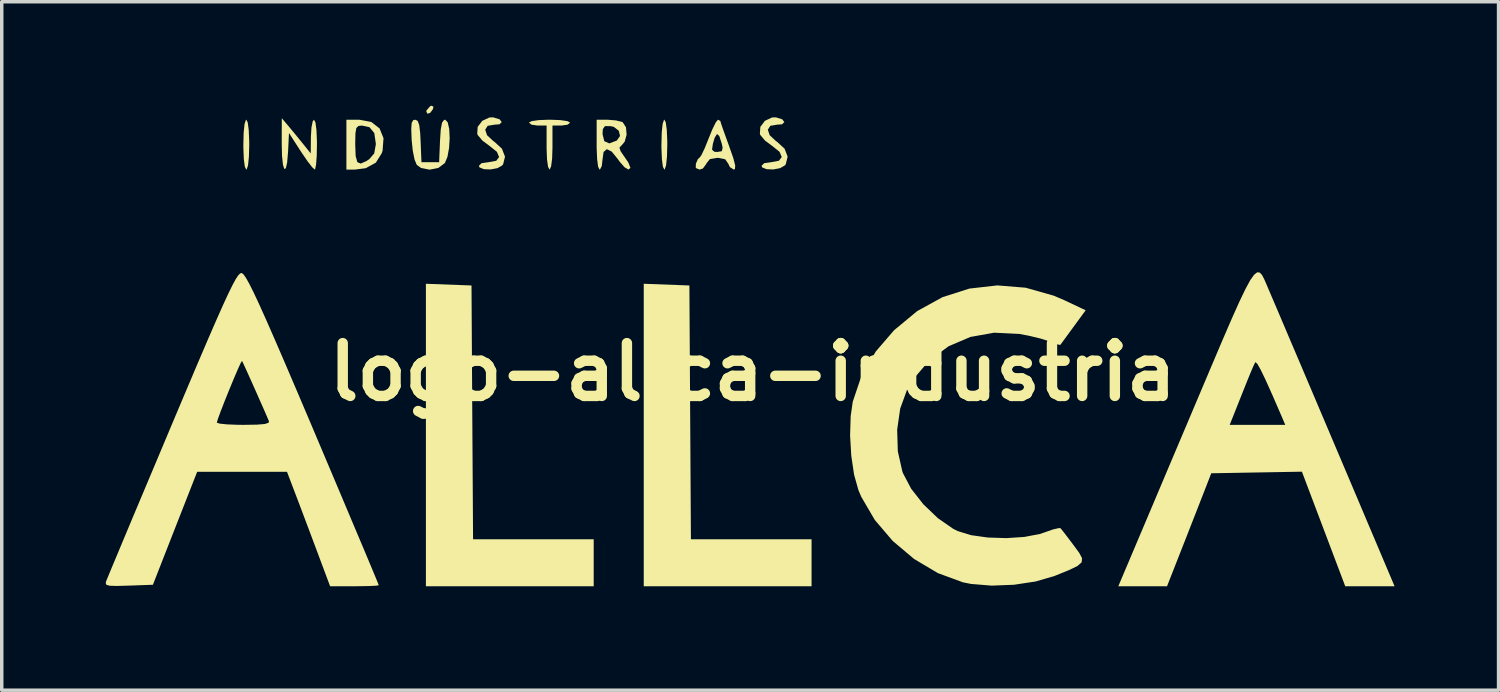
<source format=kicad_pcb>
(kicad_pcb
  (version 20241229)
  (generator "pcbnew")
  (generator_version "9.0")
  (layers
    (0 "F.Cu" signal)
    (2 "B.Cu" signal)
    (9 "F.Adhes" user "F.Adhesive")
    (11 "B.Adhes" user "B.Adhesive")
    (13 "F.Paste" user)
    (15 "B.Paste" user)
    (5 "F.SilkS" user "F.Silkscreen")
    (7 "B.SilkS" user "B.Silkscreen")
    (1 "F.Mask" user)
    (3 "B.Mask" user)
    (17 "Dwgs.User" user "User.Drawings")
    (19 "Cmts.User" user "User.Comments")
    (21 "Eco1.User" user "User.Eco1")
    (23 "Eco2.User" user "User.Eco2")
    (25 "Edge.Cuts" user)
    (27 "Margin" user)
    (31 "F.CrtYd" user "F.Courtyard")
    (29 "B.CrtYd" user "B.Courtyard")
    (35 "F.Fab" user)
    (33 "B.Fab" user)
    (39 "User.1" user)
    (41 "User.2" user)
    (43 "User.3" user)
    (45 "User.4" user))
  (footprint "logo-allca-industria"
    (layer "F.Cu")
    (at 18.668 7.685)
    (property "Reference" "logo-allca-industria" (at 0 0 0) (layer "F.SilkS") (effects (font (size 1.524 1.524) (thickness 0.3))))
    (attr board_only exclude_from_pos_files exclude_from_bom)
    (fp_poly (pts (xy -8.113 -2.498) (xy -8.091 1.164) (xy -8.068 4.826) (xy -4.587 4.826) (xy -4.587 6.181) (xy -9.429 6.181) (xy -9.429 -2.547)) (stroke (width 0) (type solid)) (fill yes) (layer "F.SilkS"))
    (fp_poly (pts (xy -1.826 -2.498) (xy -1.804 1.164) (xy -1.782 4.826) (xy 1.699 4.826) (xy 1.699 6.181) (xy -3.143 6.181) (xy -3.143 -2.547)) (stroke (width 0) (type solid)) (fill yes) (layer "F.SilkS"))
    (fp_poly (pts (xy -9.211 -7.659) (xy -9.226 -7.585) (xy -9.305 -7.478) (xy -9.389 -7.454) (xy -9.417 -7.523) (xy -9.41 -7.551) (xy -9.306 -7.671) (xy -9.275 -7.685)) (stroke (width 0) (type solid)) (fill yes) (layer "F.SilkS"))
    (fp_poly (pts (xy -14.57 -7.202) (xy -14.541 -6.983) (xy -14.527 -6.654) (xy -14.526 -6.562) (xy -14.536 -6.211) (xy -14.562 -5.963) (xy -14.6 -5.847) (xy -14.611 -5.842) (xy -14.653 -5.922) (xy -14.682 -6.14) (xy -14.696 -6.469) (xy -14.696 -6.562) (xy -14.687 -6.912) (xy -14.661 -7.16) (xy -14.622 -7.276) (xy -14.611 -7.281)) (stroke (width 0) (type solid)) (fill yes) (layer "F.SilkS"))
    (fp_poly (pts (xy -2.507 -7.202) (xy -2.478 -6.983) (xy -2.464 -6.654) (xy -2.464 -6.562) (xy -2.473 -6.211) (xy -2.499 -5.963) (xy -2.538 -5.847) (xy -2.548 -5.842) (xy -2.59 -5.922) (xy -2.619 -6.14) (xy -2.633 -6.469) (xy -2.633 -6.562) (xy -2.624 -6.912) (xy -2.598 -7.16) (xy -2.559 -7.276) (xy -2.548 -7.281)) (stroke (width 0) (type solid)) (fill yes) (layer "F.SilkS"))
    (fp_poly (pts (xy -5.556 -7.27) (xy -5.346 -7.24) (xy -5.267 -7.197) (xy -5.267 -7.197) (xy -5.341 -7.137) (xy -5.519 -7.112) (xy -5.522 -7.112) (xy -5.777 -7.112) (xy -5.777 -6.477) (xy -5.787 -6.157) (xy -5.816 -5.934) (xy -5.858 -5.843) (xy -5.862 -5.842) (xy -5.904 -5.921) (xy -5.934 -6.134) (xy -5.946 -6.447) (xy -5.946 -6.477) (xy -5.946 -7.112) (xy -6.201 -7.112) (xy -6.38 -7.137) (xy -6.456 -7.196) (xy -6.456 -7.197) (xy -6.378 -7.24) (xy -6.167 -7.27) (xy -5.862 -7.281) (xy -5.862 -7.281)) (stroke (width 0) (type solid)) (fill yes) (layer "F.SilkS"))
    (fp_poly (pts (xy -8.8 -7.206) (xy -8.756 -7.013) (xy -8.743 -6.75) (xy -8.76 -6.466) (xy -8.807 -6.21) (xy -8.882 -6.03) (xy -9.069 -5.89) (xy -9.322 -5.84) (xy -9.567 -5.887) (xy -9.693 -5.979) (xy -9.756 -6.131) (xy -9.809 -6.394) (xy -9.84 -6.699) (xy -9.852 -7.012) (xy -9.839 -7.19) (xy -9.795 -7.268) (xy -9.74 -7.281) (xy -9.667 -7.248) (xy -9.621 -7.126) (xy -9.593 -6.886) (xy -9.582 -6.668) (xy -9.557 -6.054) (xy -9.047 -6.054) (xy -9.022 -6.668) (xy -9 -7.002) (xy -8.963 -7.196) (xy -8.904 -7.275) (xy -8.874 -7.281)) (stroke (width 0) (type solid)) (fill yes) (layer "F.SilkS"))
    (fp_poly (pts (xy -13.398 -7.101) (xy -13.217 -6.883) (xy -13.015 -6.635) (xy -12.981 -6.593) (xy -12.752 -6.308) (xy -12.747 -6.795) (xy -12.731 -7.056) (xy -12.695 -7.233) (xy -12.658 -7.281) (xy -12.616 -7.202) (xy -12.587 -6.983) (xy -12.573 -6.654) (xy -12.573 -6.562) (xy -12.579 -6.237) (xy -12.598 -5.988) (xy -12.625 -5.855) (xy -12.636 -5.843) (xy -12.71 -5.909) (xy -12.845 -6.084) (xy -13.015 -6.332) (xy -13.04 -6.37) (xy -13.38 -6.897) (xy -13.405 -6.369) (xy -13.433 -6.043) (xy -13.472 -5.876) (xy -13.515 -5.86) (xy -13.554 -5.985) (xy -13.581 -6.244) (xy -13.589 -6.583) (xy -13.587 -7.324)) (stroke (width 0) (type solid)) (fill yes) (layer "F.SilkS"))
    (fp_poly (pts (xy -11.005 -7.215) (xy -10.766 -7.03) (xy -10.652 -6.748) (xy -10.678 -6.393) (xy -10.7 -6.319) (xy -10.873 -6.042) (xy -11.165 -5.882) (xy -11.472 -5.842) (xy -11.723 -5.842) (xy -11.723 -6.562) (xy -11.468 -6.562) (xy -11.456 -6.233) (xy -11.407 -6.056) (xy -11.307 -6.015) (xy -11.138 -6.092) (xy -11.062 -6.143) (xy -10.92 -6.309) (xy -10.874 -6.567) (xy -10.874 -6.592) (xy -10.918 -6.895) (xy -11.056 -7.064) (xy -11.273 -7.112) (xy -11.378 -7.1) (xy -11.437 -7.039) (xy -11.462 -6.89) (xy -11.468 -6.615) (xy -11.468 -6.562) (xy -11.723 -6.562) (xy -11.723 -7.281) (xy -11.354 -7.281)) (stroke (width 0) (type solid)) (fill yes) (layer "F.SilkS"))
    (fp_poly (pts (xy -7.303 -7.293) (xy -7.241 -7.212) (xy -7.308 -7.148) (xy -7.449 -7.138) (xy -7.646 -7.105) (xy -7.718 -6.992) (xy -7.664 -6.833) (xy -7.483 -6.664) (xy -7.453 -6.645) (xy -7.235 -6.444) (xy -7.146 -6.215) (xy -7.2 -5.997) (xy -7.225 -5.964) (xy -7.361 -5.884) (xy -7.559 -5.846) (xy -7.754 -5.853) (xy -7.882 -5.905) (xy -7.9 -5.949) (xy -7.824 -6.026) (xy -7.626 -6.054) (xy -7.399 -6.096) (xy -7.317 -6.204) (xy -7.38 -6.355) (xy -7.591 -6.523) (xy -7.593 -6.525) (xy -7.798 -6.678) (xy -7.932 -6.837) (xy -7.947 -6.87) (xy -7.935 -7.074) (xy -7.802 -7.249) (xy -7.597 -7.345) (xy -7.487 -7.349)) (stroke (width 0) (type solid)) (fill yes) (layer "F.SilkS"))
    (fp_poly (pts (xy 0.852 -7.293) (xy 0.914 -7.212) (xy 0.847 -7.148) (xy 0.707 -7.138) (xy 0.509 -7.105) (xy 0.437 -6.992) (xy 0.491 -6.833) (xy 0.672 -6.664) (xy 0.702 -6.645) (xy 0.921 -6.444) (xy 1.009 -6.215) (xy 0.955 -5.997) (xy 0.931 -5.964) (xy 0.794 -5.884) (xy 0.596 -5.846) (xy 0.401 -5.853) (xy 0.274 -5.905) (xy 0.255 -5.949) (xy 0.331 -6.026) (xy 0.529 -6.054) (xy 0.756 -6.096) (xy 0.839 -6.204) (xy 0.775 -6.355) (xy 0.565 -6.523) (xy 0.562 -6.525) (xy 0.357 -6.678) (xy 0.223 -6.837) (xy 0.208 -6.87) (xy 0.221 -7.074) (xy 0.353 -7.249) (xy 0.558 -7.345) (xy 0.669 -7.349)) (stroke (width 0) (type solid)) (fill yes) (layer "F.SilkS"))
    (fp_poly (pts (xy -4.184 -7.28) (xy -3.942 -7.26) (xy -3.765 -7.214) (xy -3.748 -7.205) (xy -3.655 -7.06) (xy -3.638 -6.846) (xy -3.694 -6.645) (xy -3.761 -6.565) (xy -3.844 -6.476) (xy -3.809 -6.367) (xy -3.765 -6.305) (xy -3.587 -6.044) (xy -3.527 -5.892) (xy -3.584 -5.843) (xy -3.586 -5.843) (xy -3.697 -5.909) (xy -3.841 -6.073) (xy -3.887 -6.139) (xy -4.067 -6.361) (xy -4.21 -6.431) (xy -4.302 -6.349) (xy -4.332 -6.138) (xy -4.354 -5.942) (xy -4.406 -5.845) (xy -4.417 -5.842) (xy -4.459 -5.922) (xy -4.488 -6.14) (xy -4.502 -6.469) (xy -4.502 -6.562) (xy -4.502 -6.864) (xy -4.332 -6.864) (xy -4.281 -6.661) (xy -4.138 -6.597) (xy -3.921 -6.679) (xy -3.921 -6.679) (xy -3.827 -6.811) (xy -3.863 -6.961) (xy -4.005 -7.073) (xy -4.1 -7.096) (xy -4.263 -7.096) (xy -4.324 -7.009) (xy -4.332 -6.864) (xy -4.502 -6.864) (xy -4.502 -7.281)) (stroke (width 0) (type solid)) (fill yes) (layer "F.SilkS"))
    (fp_poly (pts (xy -0.935 -7.247) (xy -0.934 -7.245) (xy -0.907 -7.154) (xy -0.834 -6.944) (xy -0.728 -6.652) (xy -0.682 -6.525) (xy -0.56 -6.176) (xy -0.504 -5.96) (xy -0.512 -5.858) (xy -0.544 -5.842) (xy -0.657 -5.913) (xy -0.704 -6.011) (xy -0.793 -6.139) (xy -0.993 -6.18) (xy -1.019 -6.181) (xy -1.232 -6.146) (xy -1.33 -6.028) (xy -1.335 -6.011) (xy -1.435 -5.874) (xy -1.531 -5.842) (xy -1.642 -5.887) (xy -1.639 -6.011) (xy -1.579 -6.148) (xy -1.537 -6.181) (xy -1.482 -6.254) (xy -1.404 -6.416) (xy -1.173 -6.416) (xy -1.105 -6.356) (xy -1.019 -6.35) (xy -0.89 -6.373) (xy -0.867 -6.475) (xy -0.89 -6.583) (xy -0.963 -6.81) (xy -1.03 -6.868) (xy -1.098 -6.758) (xy -1.149 -6.583) (xy -1.173 -6.416) (xy -1.404 -6.416) (xy -1.389 -6.446) (xy -1.28 -6.716) (xy -1.274 -6.731) (xy -1.163 -7.004) (xy -1.066 -7.201) (xy -1.003 -7.281) (xy -1.001 -7.281)) (stroke (width 0) (type solid)) (fill yes) (layer "F.SilkS"))
    (fp_poly (pts (xy 14.63 -2.871) (xy 14.696 -2.802) (xy 14.76 -2.679) (xy 14.761 -2.677) (xy 14.808 -2.57) (xy 14.914 -2.321) (xy 15.073 -1.949) (xy 15.278 -1.467) (xy 15.522 -0.892) (xy 15.8 -0.24) (xy 16.103 0.474) (xy 16.426 1.235) (xy 16.761 2.025) (xy 17.103 2.831) (xy 17.444 3.635) (xy 17.777 4.423) (xy 18.097 5.178) (xy 18.396 5.885) (xy 18.405 5.905) (xy 18.521 6.181) (xy 17.098 6.181) (xy 16.473 4.528) (xy 15.848 2.875) (xy 14.54 2.898) (xy 13.232 2.921) (xy 13.068 3.344) (xy 12.977 3.576) (xy 12.841 3.925) (xy 12.675 4.349) (xy 12.496 4.807) (xy 12.43 4.974) (xy 11.956 6.181) (xy 10.55 6.181) (xy 11.312 4.381) (xy 11.54 3.842) (xy 11.818 3.184) (xy 12.131 2.444) (xy 12.463 1.66) (xy 12.521 1.524) (xy 13.764 1.524) (xy 15.367 1.524) (xy 15.25 1.249) (xy 14.996 0.664) (xy 14.8 0.227) (xy 14.656 -0.07) (xy 14.56 -0.238) (xy 14.507 -0.285) (xy 14.5 -0.279) (xy 14.444 -0.163) (xy 14.351 0.056) (xy 14.277 0.237) (xy 14.137 0.588) (xy 13.988 0.962) (xy 13.933 1.101) (xy 13.764 1.524) (xy 12.521 1.524) (xy 12.798 0.868) (xy 13.121 0.105) (xy 13.228 -0.148) (xy 13.554 -0.916) (xy 13.823 -1.538) (xy 14.042 -2.027) (xy 14.218 -2.394) (xy 14.357 -2.65) (xy 14.468 -2.807) (xy 14.557 -2.877)) (stroke (width 0) (type solid)) (fill yes) (layer "F.SilkS"))
    (fp_poly (pts (xy 7.877 -2.433) (xy 8.689 -2.203) (xy 8.988 -2.075) (xy 9.608 -1.782) (xy 9.25 -1.293) (xy 9.073 -1.051) (xy 8.94 -0.869) (xy 8.878 -0.784) (xy 8.877 -0.782) (xy 8.797 -0.797) (xy 8.618 -0.861) (xy 8.561 -0.885) (xy 8.316 -0.964) (xy 7.982 -1.045) (xy 7.691 -1.1) (xy 6.969 -1.135) (xy 6.283 -1.013) (xy 5.653 -0.744) (xy 5.1 -0.339) (xy 4.645 0.193) (xy 4.451 0.52) (xy 4.257 1.054) (xy 4.169 1.664) (xy 4.188 2.287) (xy 4.318 2.866) (xy 4.338 2.92) (xy 4.573 3.367) (xy 4.924 3.815) (xy 5.344 4.217) (xy 5.787 4.524) (xy 5.919 4.59) (xy 6.3 4.707) (xy 6.786 4.775) (xy 7.318 4.792) (xy 7.837 4.758) (xy 8.286 4.673) (xy 8.433 4.623) (xy 8.671 4.54) (xy 8.838 4.502) (xy 8.883 4.507) (xy 8.953 4.593) (xy 9.093 4.774) (xy 9.262 4.999) (xy 9.422 5.217) (xy 9.504 5.372) (xy 9.493 5.49) (xy 9.374 5.595) (xy 9.131 5.713) (xy 8.747 5.869) (xy 8.707 5.885) (xy 8.166 6.043) (xy 7.539 6.138) (xy 6.894 6.163) (xy 6.3 6.114) (xy 6.065 6.067) (xy 5.344 5.802) (xy 4.659 5.395) (xy 4.042 4.875) (xy 3.523 4.267) (xy 3.133 3.599) (xy 3.051 3.407) (xy 2.926 2.961) (xy 2.845 2.414) (xy 2.811 1.83) (xy 2.828 1.271) (xy 2.888 0.855) (xy 3.14 0.109) (xy 3.552 -0.593) (xy 4.08 -1.206) (xy 4.746 -1.758) (xy 5.476 -2.16) (xy 6.253 -2.408) (xy 7.059 -2.5)) (stroke (width 0) (type solid)) (fill yes) (layer "F.SilkS"))
    (fp_poly (pts (xy -14.697 -2.825) (xy -14.627 -2.727) (xy -14.53 -2.556) (xy -14.402 -2.301) (xy -14.238 -1.951) (xy -14.034 -1.497) (xy -13.784 -0.927) (xy -13.484 -0.233) (xy -13.129 0.597) (xy -12.714 1.573) (xy -12.685 1.642) (xy -12.338 2.463) (xy -12.011 3.236) (xy -11.711 3.948) (xy -11.443 4.584) (xy -11.212 5.131) (xy -11.026 5.575) (xy -10.89 5.902) (xy -10.809 6.098) (xy -10.789 6.151) (xy -10.867 6.165) (xy -11.076 6.175) (xy -11.375 6.18) (xy -11.491 6.181) (xy -12.193 6.181) (xy -12.565 5.186) (xy -12.738 4.724) (xy -12.919 4.243) (xy -13.083 3.808) (xy -13.187 3.535) (xy -13.437 2.879) (xy -16.029 2.879) (xy -16.668 4.508) (xy -17.306 6.138) (xy -18.008 6.163) (xy -18.351 6.172) (xy -18.555 6.166) (xy -18.65 6.138) (xy -18.668 6.082) (xy -18.655 6.036) (xy -18.613 5.932) (xy -18.511 5.686) (xy -18.355 5.313) (xy -18.152 4.827) (xy -17.908 4.244) (xy -17.628 3.578) (xy -17.319 2.844) (xy -16.987 2.055) (xy -16.755 1.502) (xy -16.737 1.46) (xy -15.461 1.46) (xy -15.382 1.488) (xy -15.171 1.51) (xy -14.866 1.522) (xy -14.687 1.524) (xy -14.306 1.518) (xy -14.074 1.499) (xy -13.967 1.462) (xy -13.958 1.418) (xy -14.058 1.185) (xy -14.19 0.885) (xy -14.336 0.555) (xy -14.48 0.232) (xy -14.606 -0.046) (xy -14.696 -0.243) (xy -14.735 -0.321) (xy -14.774 -0.259) (xy -14.857 -0.076) (xy -14.971 0.19) (xy -15.1 0.502) (xy -15.229 0.822) (xy -15.342 1.112) (xy -15.425 1.336) (xy -15.461 1.455) (xy -15.461 1.46) (xy -16.737 1.46) (xy -16.353 0.55) (xy -16.011 -0.257) (xy -15.723 -0.93) (xy -15.484 -1.48) (xy -15.289 -1.919) (xy -15.132 -2.259) (xy -15.009 -2.51) (xy -14.914 -2.684) (xy -14.841 -2.793) (xy -14.786 -2.847) (xy -14.745 -2.858)) (stroke (width 0) (type solid)) (fill yes) (layer "F.SilkS")))
  (gr_rect
    (start -3 -3)
    (end 40.19 16.866)
    (stroke (width 0.1) (type default))
    (fill no)
    (layer "Edge.Cuts")))
</source>
